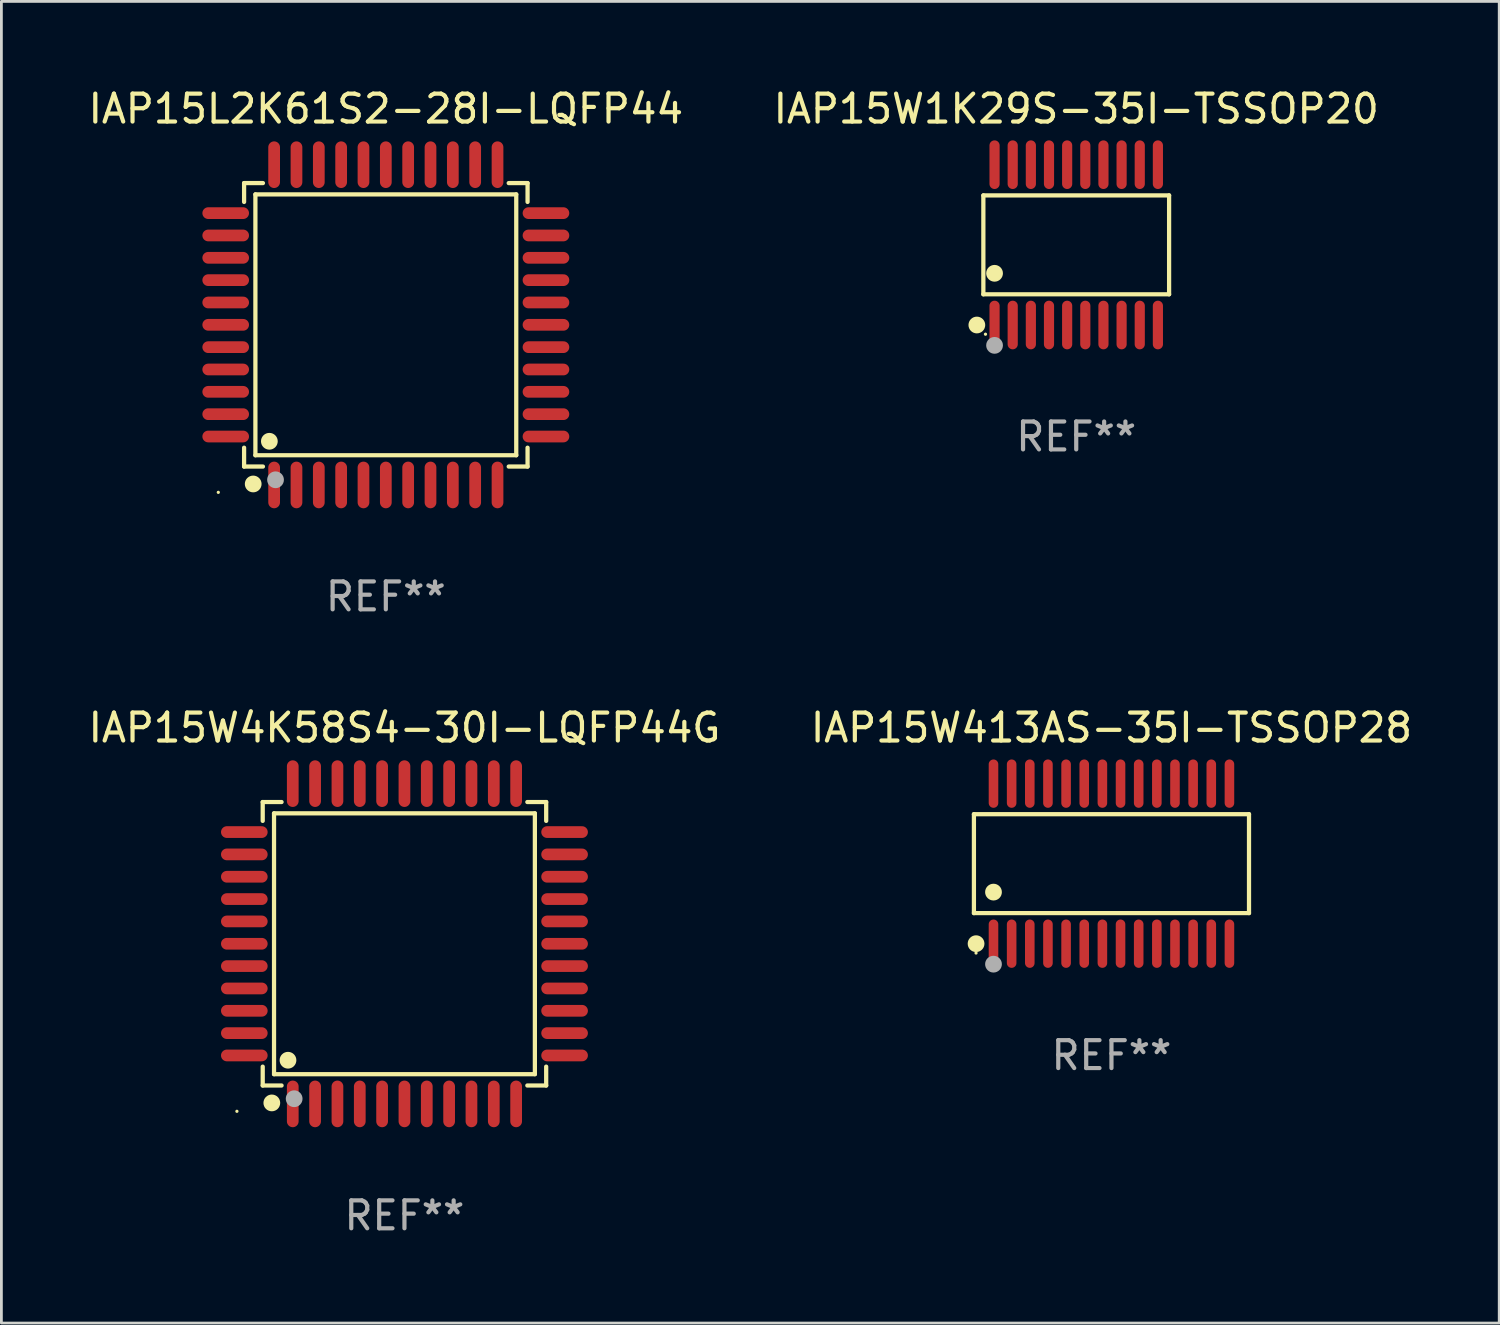
<source format=kicad_pcb>
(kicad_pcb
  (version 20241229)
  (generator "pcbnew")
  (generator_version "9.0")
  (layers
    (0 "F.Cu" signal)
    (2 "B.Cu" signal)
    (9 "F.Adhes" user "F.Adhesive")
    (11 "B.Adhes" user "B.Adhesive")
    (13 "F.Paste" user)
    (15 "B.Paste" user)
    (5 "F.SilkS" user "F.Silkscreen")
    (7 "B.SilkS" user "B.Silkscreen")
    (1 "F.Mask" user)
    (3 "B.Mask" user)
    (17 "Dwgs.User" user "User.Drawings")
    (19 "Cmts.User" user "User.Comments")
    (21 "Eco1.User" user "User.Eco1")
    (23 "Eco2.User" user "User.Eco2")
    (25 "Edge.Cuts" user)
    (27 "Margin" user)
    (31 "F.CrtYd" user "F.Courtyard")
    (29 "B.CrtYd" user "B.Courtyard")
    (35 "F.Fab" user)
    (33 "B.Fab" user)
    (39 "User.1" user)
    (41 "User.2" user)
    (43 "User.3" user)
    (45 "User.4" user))
  (footprint "IAP15L2K61S2-28I-LQFP44"
    (layer "F.Cu")
    (at 10.768 8.583)
    (property "Reference" "IAP15L2K61S2-28I-LQFP44" (at 0 -7.735 0) (layer "F.SilkS") (effects (font (size 1 1) (thickness 0.15))))
    (attr through_hole)
    (fp_line (start -5.076 -5.076) (end -4.401 -5.076) (stroke (width 0.152) (type solid)) (layer "F.SilkS"))
    (fp_line (start -5.076 -4.401) (end -5.076 -5.076) (stroke (width 0.152) (type solid)) (layer "F.SilkS"))
    (fp_line (start -5.076 4.401) (end -5.076 5.076) (stroke (width 0.152) (type solid)) (layer "F.SilkS"))
    (fp_line (start -5.076 5.076) (end -4.401 5.076) (stroke (width 0.152) (type solid)) (layer "F.SilkS"))
    (fp_line (start -4.671 -4.671) (end 4.671 -4.671) (stroke (width 0.152) (type solid)) (layer "F.SilkS"))
    (fp_line (start -4.671 4.671) (end -4.671 -4.671) (stroke (width 0.152) (type solid)) (layer "F.SilkS"))
    (fp_line (start 4.671 -4.671) (end 4.671 4.671) (stroke (width 0.152) (type solid)) (layer "F.SilkS"))
    (fp_line (start 4.671 4.671) (end -4.671 4.671) (stroke (width 0.152) (type solid)) (layer "F.SilkS"))
    (fp_line (start 5.076 -5.076) (end 4.401 -5.076) (stroke (width 0.152) (type solid)) (layer "F.SilkS"))
    (fp_line (start 5.076 -4.401) (end 5.076 -5.076) (stroke (width 0.152) (type solid)) (layer "F.SilkS"))
    (fp_line (start 5.076 4.401) (end 5.076 5.076) (stroke (width 0.152) (type solid)) (layer "F.SilkS"))
    (fp_line (start 5.076 5.076) (end 4.401 5.076) (stroke (width 0.152) (type solid)) (layer "F.SilkS"))
    (fp_circle (center -6 6) (end -5.97 6) (stroke (width 0.06) (type solid)) (fill no) (layer "F.SilkS"))
    (fp_circle (center -4.75 5.7) (end -4.6 5.7) (stroke (width 0.3) (type solid)) (fill no) (layer "F.SilkS"))
    (fp_circle (center -4.171 4.171) (end -4.021 4.171) (stroke (width 0.3) (type solid)) (fill no) (layer "F.SilkS"))
    (fp_circle (center -3.95 5.55) (end -3.8 5.55) (stroke (width 0.3) (type solid)) (fill no) (layer "F.Fab"))
    (fp_text user "REF**" (at 0 9.735 0) (layer "F.Fab") (effects (font (size 1 1) (thickness 0.15))))
    (pad "1" smd oval (at -4 5.735) (size 0.42 1.67) (layers "F.Cu" "F.Mask" "F.Paste"))
    (pad "2" smd oval (at -3.2 5.735) (size 0.42 1.67) (layers "F.Cu" "F.Mask" "F.Paste"))
    (pad "3" smd oval (at -2.4 5.735) (size 0.42 1.67) (layers "F.Cu" "F.Mask" "F.Paste"))
    (pad "4" smd oval (at -1.6 5.735) (size 0.42 1.67) (layers "F.Cu" "F.Mask" "F.Paste"))
    (pad "5" smd oval (at -0.8 5.735) (size 0.42 1.67) (layers "F.Cu" "F.Mask" "F.Paste"))
    (pad "6" smd oval (at 0 5.735) (size 0.42 1.67) (layers "F.Cu" "F.Mask" "F.Paste"))
    (pad "7" smd oval (at 0.8 5.735) (size 0.42 1.67) (layers "F.Cu" "F.Mask" "F.Paste"))
    (pad "8" smd oval (at 1.6 5.735) (size 0.42 1.67) (layers "F.Cu" "F.Mask" "F.Paste"))
    (pad "9" smd oval (at 2.4 5.735) (size 0.42 1.67) (layers "F.Cu" "F.Mask" "F.Paste"))
    (pad "10" smd oval (at 3.2 5.735) (size 0.42 1.67) (layers "F.Cu" "F.Mask" "F.Paste"))
    (pad "11" smd oval (at 4 5.735) (size 0.42 1.67) (layers "F.Cu" "F.Mask" "F.Paste"))
    (pad "12" smd oval (at 5.735 4) (size 1.67 0.42) (layers "F.Cu" "F.Mask" "F.Paste"))
    (pad "13" smd oval (at 5.735 3.2) (size 1.67 0.42) (layers "F.Cu" "F.Mask" "F.Paste"))
    (pad "14" smd oval (at 5.735 2.4) (size 1.67 0.42) (layers "F.Cu" "F.Mask" "F.Paste"))
    (pad "15" smd oval (at 5.735 1.6) (size 1.67 0.42) (layers "F.Cu" "F.Mask" "F.Paste"))
    (pad "16" smd oval (at 5.735 0.8) (size 1.67 0.42) (layers "F.Cu" "F.Mask" "F.Paste"))
    (pad "17" smd oval (at 5.735 0) (size 1.67 0.42) (layers "F.Cu" "F.Mask" "F.Paste"))
    (pad "18" smd oval (at 5.735 -0.8) (size 1.67 0.42) (layers "F.Cu" "F.Mask" "F.Paste"))
    (pad "19" smd oval (at 5.735 -1.6) (size 1.67 0.42) (layers "F.Cu" "F.Mask" "F.Paste"))
    (pad "20" smd oval (at 5.735 -2.4) (size 1.67 0.42) (layers "F.Cu" "F.Mask" "F.Paste"))
    (pad "21" smd oval (at 5.735 -3.2) (size 1.67 0.42) (layers "F.Cu" "F.Mask" "F.Paste"))
    (pad "22" smd oval (at 5.735 -4) (size 1.67 0.42) (layers "F.Cu" "F.Mask" "F.Paste"))
    (pad "23" smd oval (at 4 -5.735) (size 0.42 1.67) (layers "F.Cu" "F.Mask" "F.Paste"))
    (pad "24" smd oval (at 3.2 -5.735) (size 0.42 1.67) (layers "F.Cu" "F.Mask" "F.Paste"))
    (pad "25" smd oval (at 2.4 -5.735) (size 0.42 1.67) (layers "F.Cu" "F.Mask" "F.Paste"))
    (pad "26" smd oval (at 1.6 -5.735) (size 0.42 1.67) (layers "F.Cu" "F.Mask" "F.Paste"))
    (pad "27" smd oval (at 0.8 -5.735) (size 0.42 1.67) (layers "F.Cu" "F.Mask" "F.Paste"))
    (pad "28" smd oval (at 0 -5.735) (size 0.42 1.67) (layers "F.Cu" "F.Mask" "F.Paste"))
    (pad "29" smd oval (at -0.8 -5.735) (size 0.42 1.67) (layers "F.Cu" "F.Mask" "F.Paste"))
    (pad "30" smd oval (at -1.6 -5.735) (size 0.42 1.67) (layers "F.Cu" "F.Mask" "F.Paste"))
    (pad "31" smd oval (at -2.4 -5.735) (size 0.42 1.67) (layers "F.Cu" "F.Mask" "F.Paste"))
    (pad "32" smd oval (at -3.2 -5.735) (size 0.42 1.67) (layers "F.Cu" "F.Mask" "F.Paste"))
    (pad "33" smd oval (at -4 -5.735) (size 0.42 1.67) (layers "F.Cu" "F.Mask" "F.Paste"))
    (pad "34" smd oval (at -5.735 -4) (size 1.67 0.42) (layers "F.Cu" "F.Mask" "F.Paste"))
    (pad "35" smd oval (at -5.735 -3.2) (size 1.67 0.42) (layers "F.Cu" "F.Mask" "F.Paste"))
    (pad "36" smd oval (at -5.735 -2.4) (size 1.67 0.42) (layers "F.Cu" "F.Mask" "F.Paste"))
    (pad "37" smd oval (at -5.735 -1.6) (size 1.67 0.42) (layers "F.Cu" "F.Mask" "F.Paste"))
    (pad "38" smd oval (at -5.735 -0.8) (size 1.67 0.42) (layers "F.Cu" "F.Mask" "F.Paste"))
    (pad "39" smd oval (at -5.735 0) (size 1.67 0.42) (layers "F.Cu" "F.Mask" "F.Paste"))
    (pad "40" smd oval (at -5.735 0.8) (size 1.67 0.42) (layers "F.Cu" "F.Mask" "F.Paste"))
    (pad "41" smd oval (at -5.735 1.6) (size 1.67 0.42) (layers "F.Cu" "F.Mask" "F.Paste"))
    (pad "42" smd oval (at -5.735 2.4) (size 1.67 0.42) (layers "F.Cu" "F.Mask" "F.Paste"))
    (pad "43" smd oval (at -5.735 3.2) (size 1.67 0.42) (layers "F.Cu" "F.Mask" "F.Paste"))
    (pad "44" smd oval (at -5.735 4) (size 1.67 0.42) (layers "F.Cu" "F.Mask" "F.Paste")))
  (footprint "IAP15W1K29S-35I-TSSOP20"
    (layer "F.Cu")
    (at 35.494 5.719)
    (property "Reference" "IAP15W1K29S-35I-TSSOP20" (at 0 -4.871 0) (layer "F.SilkS") (effects (font (size 1 1) (thickness 0.15))))
    (attr through_hole)
    (fp_line (start -3.326 -1.771) (end 3.326 -1.771) (stroke (width 0.152) (type solid)) (layer "F.SilkS"))
    (fp_line (start -3.326 1.771) (end -3.326 -1.771) (stroke (width 0.152) (type solid)) (layer "F.SilkS"))
    (fp_line (start 3.326 -1.771) (end 3.326 1.771) (stroke (width 0.152) (type solid)) (layer "F.SilkS"))
    (fp_line (start 3.326 1.771) (end -3.326 1.771) (stroke (width 0.152) (type solid)) (layer "F.SilkS"))
    (fp_circle (center -3.559 2.871) (end -3.409 2.871) (stroke (width 0.3) (type solid)) (fill no) (layer "F.SilkS"))
    (fp_circle (center -3.25 3.2) (end -3.22 3.2) (stroke (width 0.06) (type solid)) (fill no) (layer "F.SilkS"))
    (fp_circle (center -2.925 1.019) (end -2.775 1.019) (stroke (width 0.3) (type solid)) (fill no) (layer "F.SilkS"))
    (fp_circle (center -2.925 3.6) (end -2.775 3.6) (stroke (width 0.3) (type solid)) (fill no) (layer "F.Fab"))
    (fp_text user "REF**" (at 0 6.871 0) (layer "F.Fab") (effects (font (size 1 1) (thickness 0.15))))
    (pad "1" smd oval (at -2.925 2.871) (size 0.364 1.742) (layers "F.Cu" "F.Mask" "F.Paste"))
    (pad "2" smd oval (at -2.275 2.871) (size 0.364 1.742) (layers "F.Cu" "F.Mask" "F.Paste"))
    (pad "3" smd oval (at -1.625 2.871) (size 0.364 1.742) (layers "F.Cu" "F.Mask" "F.Paste"))
    (pad "4" smd oval (at -0.975 2.871) (size 0.364 1.742) (layers "F.Cu" "F.Mask" "F.Paste"))
    (pad "5" smd oval (at -0.325 2.871) (size 0.364 1.742) (layers "F.Cu" "F.Mask" "F.Paste"))
    (pad "6" smd oval (at 0.325 2.871) (size 0.364 1.742) (layers "F.Cu" "F.Mask" "F.Paste"))
    (pad "7" smd oval (at 0.975 2.871) (size 0.364 1.742) (layers "F.Cu" "F.Mask" "F.Paste"))
    (pad "8" smd oval (at 1.625 2.871) (size 0.364 1.742) (layers "F.Cu" "F.Mask" "F.Paste"))
    (pad "9" smd oval (at 2.275 2.871) (size 0.364 1.742) (layers "F.Cu" "F.Mask" "F.Paste"))
    (pad "10" smd oval (at 2.925 2.871) (size 0.364 1.742) (layers "F.Cu" "F.Mask" "F.Paste"))
    (pad "11" smd oval (at 2.925 -2.871) (size 0.364 1.742) (layers "F.Cu" "F.Mask" "F.Paste"))
    (pad "12" smd oval (at 2.275 -2.871) (size 0.364 1.742) (layers "F.Cu" "F.Mask" "F.Paste"))
    (pad "13" smd oval (at 1.625 -2.871) (size 0.364 1.742) (layers "F.Cu" "F.Mask" "F.Paste"))
    (pad "14" smd oval (at 0.975 -2.871) (size 0.364 1.742) (layers "F.Cu" "F.Mask" "F.Paste"))
    (pad "15" smd oval (at 0.325 -2.871) (size 0.364 1.742) (layers "F.Cu" "F.Mask" "F.Paste"))
    (pad "16" smd oval (at -0.325 -2.871) (size 0.364 1.742) (layers "F.Cu" "F.Mask" "F.Paste"))
    (pad "17" smd oval (at -0.975 -2.871) (size 0.364 1.742) (layers "F.Cu" "F.Mask" "F.Paste"))
    (pad "18" smd oval (at -1.625 -2.871) (size 0.364 1.742) (layers "F.Cu" "F.Mask" "F.Paste"))
    (pad "19" smd oval (at -2.275 -2.871) (size 0.364 1.742) (layers "F.Cu" "F.Mask" "F.Paste"))
    (pad "20" smd oval (at -2.925 -2.871) (size 0.364 1.742) (layers "F.Cu" "F.Mask" "F.Paste")))
  (footprint "IAP15W4K58S4-30I-LQFP44G"
    (layer "F.Cu")
    (at 11.435 30.75)
    (property "Reference" "IAP15W4K58S4-30I-LQFP44G" (at 0 -7.735 0) (layer "F.SilkS") (effects (font (size 1 1) (thickness 0.15))))
    (attr through_hole)
    (fp_line (start -5.076 -5.076) (end -4.401 -5.076) (stroke (width 0.152) (type solid)) (layer "F.SilkS"))
    (fp_line (start -5.076 -4.401) (end -5.076 -5.076) (stroke (width 0.152) (type solid)) (layer "F.SilkS"))
    (fp_line (start -5.076 4.401) (end -5.076 5.076) (stroke (width 0.152) (type solid)) (layer "F.SilkS"))
    (fp_line (start -5.076 5.076) (end -4.401 5.076) (stroke (width 0.152) (type solid)) (layer "F.SilkS"))
    (fp_line (start -4.671 -4.671) (end 4.671 -4.671) (stroke (width 0.152) (type solid)) (layer "F.SilkS"))
    (fp_line (start -4.671 4.671) (end -4.671 -4.671) (stroke (width 0.152) (type solid)) (layer "F.SilkS"))
    (fp_line (start 4.671 -4.671) (end 4.671 4.671) (stroke (width 0.152) (type solid)) (layer "F.SilkS"))
    (fp_line (start 4.671 4.671) (end -4.671 4.671) (stroke (width 0.152) (type solid)) (layer "F.SilkS"))
    (fp_line (start 5.076 -5.076) (end 4.401 -5.076) (stroke (width 0.152) (type solid)) (layer "F.SilkS"))
    (fp_line (start 5.076 -4.401) (end 5.076 -5.076) (stroke (width 0.152) (type solid)) (layer "F.SilkS"))
    (fp_line (start 5.076 4.401) (end 5.076 5.076) (stroke (width 0.152) (type solid)) (layer "F.SilkS"))
    (fp_line (start 5.076 5.076) (end 4.401 5.076) (stroke (width 0.152) (type solid)) (layer "F.SilkS"))
    (fp_circle (center -6 6) (end -5.97 6) (stroke (width 0.06) (type solid)) (fill no) (layer "F.SilkS"))
    (fp_circle (center -4.75 5.7) (end -4.6 5.7) (stroke (width 0.3) (type solid)) (fill no) (layer "F.SilkS"))
    (fp_circle (center -4.171 4.171) (end -4.021 4.171) (stroke (width 0.3) (type solid)) (fill no) (layer "F.SilkS"))
    (fp_circle (center -3.95 5.55) (end -3.8 5.55) (stroke (width 0.3) (type solid)) (fill no) (layer "F.Fab"))
    (fp_text user "REF**" (at 0 9.735 0) (layer "F.Fab") (effects (font (size 1 1) (thickness 0.15))))
    (pad "1" smd oval (at -4 5.735) (size 0.42 1.67) (layers "F.Cu" "F.Mask" "F.Paste"))
    (pad "2" smd oval (at -3.2 5.735) (size 0.42 1.67) (layers "F.Cu" "F.Mask" "F.Paste"))
    (pad "3" smd oval (at -2.4 5.735) (size 0.42 1.67) (layers "F.Cu" "F.Mask" "F.Paste"))
    (pad "4" smd oval (at -1.6 5.735) (size 0.42 1.67) (layers "F.Cu" "F.Mask" "F.Paste"))
    (pad "5" smd oval (at -0.8 5.735) (size 0.42 1.67) (layers "F.Cu" "F.Mask" "F.Paste"))
    (pad "6" smd oval (at 0 5.735) (size 0.42 1.67) (layers "F.Cu" "F.Mask" "F.Paste"))
    (pad "7" smd oval (at 0.8 5.735) (size 0.42 1.67) (layers "F.Cu" "F.Mask" "F.Paste"))
    (pad "8" smd oval (at 1.6 5.735) (size 0.42 1.67) (layers "F.Cu" "F.Mask" "F.Paste"))
    (pad "9" smd oval (at 2.4 5.735) (size 0.42 1.67) (layers "F.Cu" "F.Mask" "F.Paste"))
    (pad "10" smd oval (at 3.2 5.735) (size 0.42 1.67) (layers "F.Cu" "F.Mask" "F.Paste"))
    (pad "11" smd oval (at 4 5.735) (size 0.42 1.67) (layers "F.Cu" "F.Mask" "F.Paste"))
    (pad "12" smd oval (at 5.735 4) (size 1.67 0.42) (layers "F.Cu" "F.Mask" "F.Paste"))
    (pad "13" smd oval (at 5.735 3.2) (size 1.67 0.42) (layers "F.Cu" "F.Mask" "F.Paste"))
    (pad "14" smd oval (at 5.735 2.4) (size 1.67 0.42) (layers "F.Cu" "F.Mask" "F.Paste"))
    (pad "15" smd oval (at 5.735 1.6) (size 1.67 0.42) (layers "F.Cu" "F.Mask" "F.Paste"))
    (pad "16" smd oval (at 5.735 0.8) (size 1.67 0.42) (layers "F.Cu" "F.Mask" "F.Paste"))
    (pad "17" smd oval (at 5.735 0) (size 1.67 0.42) (layers "F.Cu" "F.Mask" "F.Paste"))
    (pad "18" smd oval (at 5.735 -0.8) (size 1.67 0.42) (layers "F.Cu" "F.Mask" "F.Paste"))
    (pad "19" smd oval (at 5.735 -1.6) (size 1.67 0.42) (layers "F.Cu" "F.Mask" "F.Paste"))
    (pad "20" smd oval (at 5.735 -2.4) (size 1.67 0.42) (layers "F.Cu" "F.Mask" "F.Paste"))
    (pad "21" smd oval (at 5.735 -3.2) (size 1.67 0.42) (layers "F.Cu" "F.Mask" "F.Paste"))
    (pad "22" smd oval (at 5.735 -4) (size 1.67 0.42) (layers "F.Cu" "F.Mask" "F.Paste"))
    (pad "23" smd oval (at 4 -5.735) (size 0.42 1.67) (layers "F.Cu" "F.Mask" "F.Paste"))
    (pad "24" smd oval (at 3.2 -5.735) (size 0.42 1.67) (layers "F.Cu" "F.Mask" "F.Paste"))
    (pad "25" smd oval (at 2.4 -5.735) (size 0.42 1.67) (layers "F.Cu" "F.Mask" "F.Paste"))
    (pad "26" smd oval (at 1.6 -5.735) (size 0.42 1.67) (layers "F.Cu" "F.Mask" "F.Paste"))
    (pad "27" smd oval (at 0.8 -5.735) (size 0.42 1.67) (layers "F.Cu" "F.Mask" "F.Paste"))
    (pad "28" smd oval (at 0 -5.735) (size 0.42 1.67) (layers "F.Cu" "F.Mask" "F.Paste"))
    (pad "29" smd oval (at -0.8 -5.735) (size 0.42 1.67) (layers "F.Cu" "F.Mask" "F.Paste"))
    (pad "30" smd oval (at -1.6 -5.735) (size 0.42 1.67) (layers "F.Cu" "F.Mask" "F.Paste"))
    (pad "31" smd oval (at -2.4 -5.735) (size 0.42 1.67) (layers "F.Cu" "F.Mask" "F.Paste"))
    (pad "32" smd oval (at -3.2 -5.735) (size 0.42 1.67) (layers "F.Cu" "F.Mask" "F.Paste"))
    (pad "33" smd oval (at -4 -5.735) (size 0.42 1.67) (layers "F.Cu" "F.Mask" "F.Paste"))
    (pad "34" smd oval (at -5.735 -4) (size 1.67 0.42) (layers "F.Cu" "F.Mask" "F.Paste"))
    (pad "35" smd oval (at -5.735 -3.2) (size 1.67 0.42) (layers "F.Cu" "F.Mask" "F.Paste"))
    (pad "36" smd oval (at -5.735 -2.4) (size 1.67 0.42) (layers "F.Cu" "F.Mask" "F.Paste"))
    (pad "37" smd oval (at -5.735 -1.6) (size 1.67 0.42) (layers "F.Cu" "F.Mask" "F.Paste"))
    (pad "38" smd oval (at -5.735 -0.8) (size 1.67 0.42) (layers "F.Cu" "F.Mask" "F.Paste"))
    (pad "39" smd oval (at -5.735 0) (size 1.67 0.42) (layers "F.Cu" "F.Mask" "F.Paste"))
    (pad "40" smd oval (at -5.735 0.8) (size 1.67 0.42) (layers "F.Cu" "F.Mask" "F.Paste"))
    (pad "41" smd oval (at -5.735 1.6) (size 1.67 0.42) (layers "F.Cu" "F.Mask" "F.Paste"))
    (pad "42" smd oval (at -5.735 2.4) (size 1.67 0.42) (layers "F.Cu" "F.Mask" "F.Paste"))
    (pad "43" smd oval (at -5.735 3.2) (size 1.67 0.42) (layers "F.Cu" "F.Mask" "F.Paste"))
    (pad "44" smd oval (at -5.735 4) (size 1.67 0.42) (layers "F.Cu" "F.Mask" "F.Paste")))
  (footprint "IAP15W413AS-35I-TSSOP28"
    (layer "F.Cu")
    (at 36.756 27.881)
    (property "Reference" "IAP15W413AS-35I-TSSOP28" (at 0 -4.866 0) (layer "F.SilkS") (effects (font (size 1 1) (thickness 0.15))))
    (attr through_hole)
    (fp_line (start -4.926 -1.772) (end 4.926 -1.772) (stroke (width 0.152) (type solid)) (layer "F.SilkS"))
    (fp_line (start -4.926 1.771) (end -4.926 -1.772) (stroke (width 0.152) (type solid)) (layer "F.SilkS"))
    (fp_line (start 4.926 -1.772) (end 4.926 1.771) (stroke (width 0.152) (type solid)) (layer "F.SilkS"))
    (fp_line (start 4.926 1.771) (end -4.926 1.771) (stroke (width 0.152) (type solid)) (layer "F.SilkS"))
    (fp_circle (center -4.85 3.2) (end -4.82 3.2) (stroke (width 0.06) (type solid)) (fill no) (layer "F.SilkS"))
    (fp_circle (center -4.849 2.866) (end -4.699 2.866) (stroke (width 0.3) (type solid)) (fill no) (layer "F.SilkS"))
    (fp_circle (center -4.225 1.019) (end -4.075 1.019) (stroke (width 0.3) (type solid)) (fill no) (layer "F.SilkS"))
    (fp_circle (center -4.225 3.6) (end -4.075 3.6) (stroke (width 0.3) (type solid)) (fill no) (layer "F.Fab"))
    (fp_text user "REF**" (at 0 6.866 0) (layer "F.Fab") (effects (font (size 1 1) (thickness 0.15))))
    (pad "1" smd oval (at -4.225 2.866) (size 0.343 1.731) (layers "F.Cu" "F.Mask" "F.Paste"))
    (pad "2" smd oval (at -3.575 2.866) (size 0.343 1.731) (layers "F.Cu" "F.Mask" "F.Paste"))
    (pad "3" smd oval (at -2.925 2.866) (size 0.343 1.731) (layers "F.Cu" "F.Mask" "F.Paste"))
    (pad "4" smd oval (at -2.275 2.866) (size 0.343 1.731) (layers "F.Cu" "F.Mask" "F.Paste"))
    (pad "5" smd oval (at -1.625 2.866) (size 0.343 1.731) (layers "F.Cu" "F.Mask" "F.Paste"))
    (pad "6" smd oval (at -0.975 2.866) (size 0.343 1.731) (layers "F.Cu" "F.Mask" "F.Paste"))
    (pad "7" smd oval (at -0.325 2.866) (size 0.343 1.731) (layers "F.Cu" "F.Mask" "F.Paste"))
    (pad "8" smd oval (at 0.325 2.866) (size 0.343 1.731) (layers "F.Cu" "F.Mask" "F.Paste"))
    (pad "9" smd oval (at 0.975 2.866) (size 0.343 1.731) (layers "F.Cu" "F.Mask" "F.Paste"))
    (pad "10" smd oval (at 1.625 2.866) (size 0.343 1.731) (layers "F.Cu" "F.Mask" "F.Paste"))
    (pad "11" smd oval (at 2.275 2.866) (size 0.343 1.731) (layers "F.Cu" "F.Mask" "F.Paste"))
    (pad "12" smd oval (at 2.925 2.866) (size 0.343 1.731) (layers "F.Cu" "F.Mask" "F.Paste"))
    (pad "13" smd oval (at 3.575 2.866) (size 0.343 1.731) (layers "F.Cu" "F.Mask" "F.Paste"))
    (pad "14" smd oval (at 4.225 2.866) (size 0.343 1.731) (layers "F.Cu" "F.Mask" "F.Paste"))
    (pad "15" smd oval (at 4.225 -2.866) (size 0.343 1.731) (layers "F.Cu" "F.Mask" "F.Paste"))
    (pad "16" smd oval (at 3.575 -2.866) (size 0.343 1.731) (layers "F.Cu" "F.Mask" "F.Paste"))
    (pad "17" smd oval (at 2.925 -2.866) (size 0.343 1.731) (layers "F.Cu" "F.Mask" "F.Paste"))
    (pad "18" smd oval (at 2.275 -2.866) (size 0.343 1.731) (layers "F.Cu" "F.Mask" "F.Paste"))
    (pad "19" smd oval (at 1.625 -2.866) (size 0.343 1.731) (layers "F.Cu" "F.Mask" "F.Paste"))
    (pad "20" smd oval (at 0.975 -2.866) (size 0.343 1.731) (layers "F.Cu" "F.Mask" "F.Paste"))
    (pad "21" smd oval (at 0.325 -2.866) (size 0.343 1.731) (layers "F.Cu" "F.Mask" "F.Paste"))
    (pad "22" smd oval (at -0.325 -2.866) (size 0.343 1.731) (layers "F.Cu" "F.Mask" "F.Paste"))
    (pad "23" smd oval (at -0.975 -2.866) (size 0.343 1.731) (layers "F.Cu" "F.Mask" "F.Paste"))
    (pad "24" smd oval (at -1.625 -2.866) (size 0.343 1.731) (layers "F.Cu" "F.Mask" "F.Paste"))
    (pad "25" smd oval (at -2.275 -2.866) (size 0.343 1.731) (layers "F.Cu" "F.Mask" "F.Paste"))
    (pad "26" smd oval (at -2.925 -2.866) (size 0.343 1.731) (layers "F.Cu" "F.Mask" "F.Paste"))
    (pad "27" smd oval (at -3.575 -2.866) (size 0.343 1.731) (layers "F.Cu" "F.Mask" "F.Paste"))
    (pad "28" smd oval (at -4.225 -2.866) (size 0.343 1.731) (layers "F.Cu" "F.Mask" "F.Paste")))
  (gr_rect
    (start -3 -3)
    (end 50.643 44.333)
    (stroke (width 0.1) (type default))
    (fill no)
    (layer "Edge.Cuts")))
</source>
